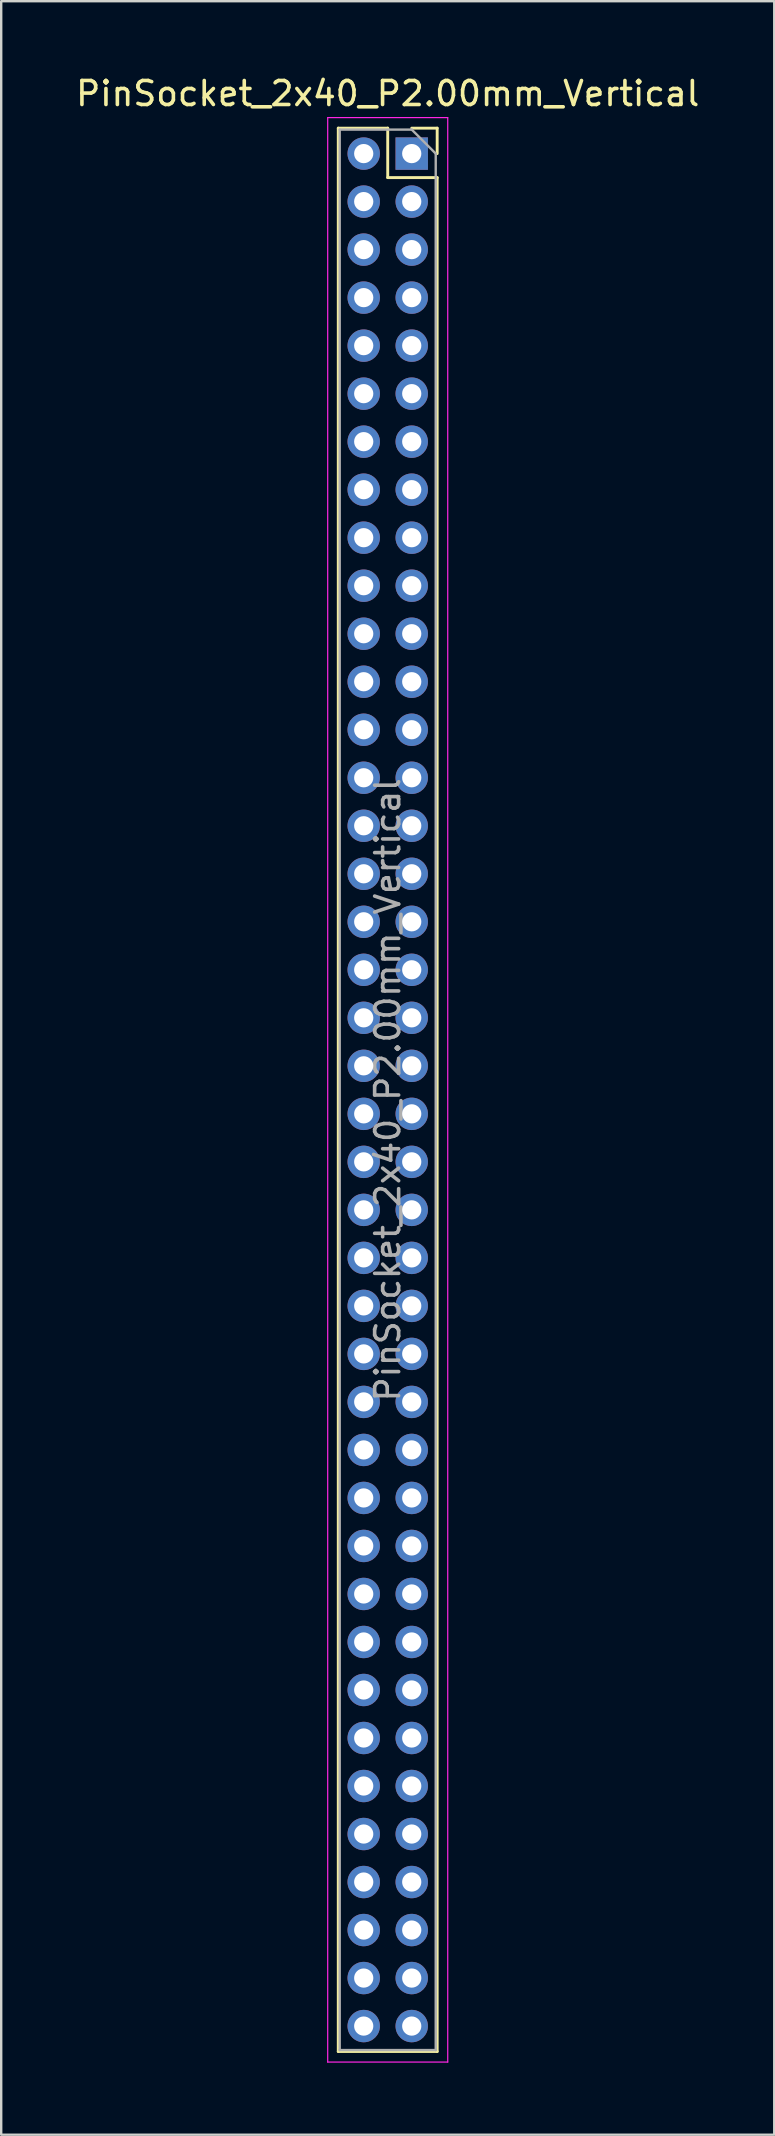
<source format=kicad_pcb>
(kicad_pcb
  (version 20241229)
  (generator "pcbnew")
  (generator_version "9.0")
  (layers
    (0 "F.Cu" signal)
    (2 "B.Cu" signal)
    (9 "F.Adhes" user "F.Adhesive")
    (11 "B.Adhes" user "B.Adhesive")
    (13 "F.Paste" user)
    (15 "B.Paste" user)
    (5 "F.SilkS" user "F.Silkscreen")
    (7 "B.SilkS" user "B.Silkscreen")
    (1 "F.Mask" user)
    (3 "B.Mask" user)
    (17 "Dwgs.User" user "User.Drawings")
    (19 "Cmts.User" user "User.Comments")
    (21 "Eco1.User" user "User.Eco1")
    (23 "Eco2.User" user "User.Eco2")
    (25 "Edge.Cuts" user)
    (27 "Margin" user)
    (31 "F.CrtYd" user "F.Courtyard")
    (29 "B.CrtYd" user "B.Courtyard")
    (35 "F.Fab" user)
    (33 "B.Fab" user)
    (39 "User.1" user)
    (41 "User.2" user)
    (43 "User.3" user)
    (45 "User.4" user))
  (footprint "PinSocket_2x40_P2.00mm_Vertical"
    (layer "F.Cu")
    (at 14.101 3.348)
    (property "Reference" "PinSocket_2x40_P2.00mm_Vertical" (at -1 -2.5 0) (layer "F.SilkS") (effects (font (size 1 1) (thickness 0.15))))
    (attr through_hole)
    (fp_line (start -3.06 -1.06) (end -3.06 79.06) (stroke (width 0.12) (type solid)) (layer "F.SilkS"))
    (fp_line (start -3.06 -1.06) (end -1 -1.06) (stroke (width 0.12) (type solid)) (layer "F.SilkS"))
    (fp_line (start -3.06 79.06) (end 1.06 79.06) (stroke (width 0.12) (type solid)) (layer "F.SilkS"))
    (fp_line (start -1 -1.06) (end -1 1) (stroke (width 0.12) (type solid)) (layer "F.SilkS"))
    (fp_line (start -1 1) (end 1.06 1) (stroke (width 0.12) (type solid)) (layer "F.SilkS"))
    (fp_line (start 0 -1.06) (end 1.06 -1.06) (stroke (width 0.12) (type solid)) (layer "F.SilkS"))
    (fp_line (start 1.06 -1.06) (end 1.06 0) (stroke (width 0.12) (type solid)) (layer "F.SilkS"))
    (fp_line (start 1.06 1) (end 1.06 79.06) (stroke (width 0.12) (type solid)) (layer "F.SilkS"))
    (fp_line (start -3.5 -1.5) (end 1.5 -1.5) (stroke (width 0.05) (type solid)) (layer "F.CrtYd"))
    (fp_line (start -3.5 79.5) (end -3.5 -1.5) (stroke (width 0.05) (type solid)) (layer "F.CrtYd"))
    (fp_line (start 1.5 -1.5) (end 1.5 79.5) (stroke (width 0.05) (type solid)) (layer "F.CrtYd"))
    (fp_line (start 1.5 79.5) (end -3.5 79.5) (stroke (width 0.05) (type solid)) (layer "F.CrtYd"))
    (fp_line (start -3 -1) (end 0 -1) (stroke (width 0.1) (type solid)) (layer "F.Fab"))
    (fp_line (start -3 79) (end -3 -1) (stroke (width 0.1) (type solid)) (layer "F.Fab"))
    (fp_line (start 0 -1) (end 1 0) (stroke (width 0.1) (type solid)) (layer "F.Fab"))
    (fp_line (start 1 0) (end 1 79) (stroke (width 0.1) (type solid)) (layer "F.Fab"))
    (fp_line (start 1 79) (end -3 79) (stroke (width 0.1) (type solid)) (layer "F.Fab"))
    (fp_text user "${REFERENCE}" (at -1 39 90) (layer "F.Fab") (effects (font (size 1 1) (thickness 0.15))))
    (pad "1" thru_hole rect (at 0 0) (size 1.35 1.35) (drill 0.8) (layers "*.Cu" "*.Mask"))
    (pad "2" thru_hole oval (at -2 0) (size 1.35 1.35) (drill 0.8) (layers "*.Cu" "*.Mask"))
    (pad "3" thru_hole oval (at 0 2) (size 1.35 1.35) (drill 0.8) (layers "*.Cu" "*.Mask"))
    (pad "4" thru_hole oval (at -2 2) (size 1.35 1.35) (drill 0.8) (layers "*.Cu" "*.Mask"))
    (pad "5" thru_hole oval (at 0 4) (size 1.35 1.35) (drill 0.8) (layers "*.Cu" "*.Mask"))
    (pad "6" thru_hole oval (at -2 4) (size 1.35 1.35) (drill 0.8) (layers "*.Cu" "*.Mask"))
    (pad "7" thru_hole oval (at 0 6) (size 1.35 1.35) (drill 0.8) (layers "*.Cu" "*.Mask"))
    (pad "8" thru_hole oval (at -2 6) (size 1.35 1.35) (drill 0.8) (layers "*.Cu" "*.Mask"))
    (pad "9" thru_hole oval (at 0 8) (size 1.35 1.35) (drill 0.8) (layers "*.Cu" "*.Mask"))
    (pad "10" thru_hole oval (at -2 8) (size 1.35 1.35) (drill 0.8) (layers "*.Cu" "*.Mask"))
    (pad "11" thru_hole oval (at 0 10) (size 1.35 1.35) (drill 0.8) (layers "*.Cu" "*.Mask"))
    (pad "12" thru_hole oval (at -2 10) (size 1.35 1.35) (drill 0.8) (layers "*.Cu" "*.Mask"))
    (pad "13" thru_hole oval (at 0 12) (size 1.35 1.35) (drill 0.8) (layers "*.Cu" "*.Mask"))
    (pad "14" thru_hole oval (at -2 12) (size 1.35 1.35) (drill 0.8) (layers "*.Cu" "*.Mask"))
    (pad "15" thru_hole oval (at 0 14) (size 1.35 1.35) (drill 0.8) (layers "*.Cu" "*.Mask"))
    (pad "16" thru_hole oval (at -2 14) (size 1.35 1.35) (drill 0.8) (layers "*.Cu" "*.Mask"))
    (pad "17" thru_hole oval (at 0 16) (size 1.35 1.35) (drill 0.8) (layers "*.Cu" "*.Mask"))
    (pad "18" thru_hole oval (at -2 16) (size 1.35 1.35) (drill 0.8) (layers "*.Cu" "*.Mask"))
    (pad "19" thru_hole oval (at 0 18) (size 1.35 1.35) (drill 0.8) (layers "*.Cu" "*.Mask"))
    (pad "20" thru_hole oval (at -2 18) (size 1.35 1.35) (drill 0.8) (layers "*.Cu" "*.Mask"))
    (pad "21" thru_hole oval (at 0 20) (size 1.35 1.35) (drill 0.8) (layers "*.Cu" "*.Mask"))
    (pad "22" thru_hole oval (at -2 20) (size 1.35 1.35) (drill 0.8) (layers "*.Cu" "*.Mask"))
    (pad "23" thru_hole oval (at 0 22) (size 1.35 1.35) (drill 0.8) (layers "*.Cu" "*.Mask"))
    (pad "24" thru_hole oval (at -2 22) (size 1.35 1.35) (drill 0.8) (layers "*.Cu" "*.Mask"))
    (pad "25" thru_hole oval (at 0 24) (size 1.35 1.35) (drill 0.8) (layers "*.Cu" "*.Mask"))
    (pad "26" thru_hole oval (at -2 24) (size 1.35 1.35) (drill 0.8) (layers "*.Cu" "*.Mask"))
    (pad "27" thru_hole oval (at 0 26) (size 1.35 1.35) (drill 0.8) (layers "*.Cu" "*.Mask"))
    (pad "28" thru_hole oval (at -2 26) (size 1.35 1.35) (drill 0.8) (layers "*.Cu" "*.Mask"))
    (pad "29" thru_hole oval (at 0 28) (size 1.35 1.35) (drill 0.8) (layers "*.Cu" "*.Mask"))
    (pad "30" thru_hole oval (at -2 28) (size 1.35 1.35) (drill 0.8) (layers "*.Cu" "*.Mask"))
    (pad "31" thru_hole oval (at 0 30) (size 1.35 1.35) (drill 0.8) (layers "*.Cu" "*.Mask"))
    (pad "32" thru_hole oval (at -2 30) (size 1.35 1.35) (drill 0.8) (layers "*.Cu" "*.Mask"))
    (pad "33" thru_hole oval (at 0 32) (size 1.35 1.35) (drill 0.8) (layers "*.Cu" "*.Mask"))
    (pad "34" thru_hole oval (at -2 32) (size 1.35 1.35) (drill 0.8) (layers "*.Cu" "*.Mask"))
    (pad "35" thru_hole oval (at 0 34) (size 1.35 1.35) (drill 0.8) (layers "*.Cu" "*.Mask"))
    (pad "36" thru_hole oval (at -2 34) (size 1.35 1.35) (drill 0.8) (layers "*.Cu" "*.Mask"))
    (pad "37" thru_hole oval (at 0 36) (size 1.35 1.35) (drill 0.8) (layers "*.Cu" "*.Mask"))
    (pad "38" thru_hole oval (at -2 36) (size 1.35 1.35) (drill 0.8) (layers "*.Cu" "*.Mask"))
    (pad "39" thru_hole oval (at 0 38) (size 1.35 1.35) (drill 0.8) (layers "*.Cu" "*.Mask"))
    (pad "40" thru_hole oval (at -2 38) (size 1.35 1.35) (drill 0.8) (layers "*.Cu" "*.Mask"))
    (pad "41" thru_hole oval (at 0 40) (size 1.35 1.35) (drill 0.8) (layers "*.Cu" "*.Mask"))
    (pad "42" thru_hole oval (at -2 40) (size 1.35 1.35) (drill 0.8) (layers "*.Cu" "*.Mask"))
    (pad "43" thru_hole oval (at 0 42) (size 1.35 1.35) (drill 0.8) (layers "*.Cu" "*.Mask"))
    (pad "44" thru_hole oval (at -2 42) (size 1.35 1.35) (drill 0.8) (layers "*.Cu" "*.Mask"))
    (pad "45" thru_hole oval (at 0 44) (size 1.35 1.35) (drill 0.8) (layers "*.Cu" "*.Mask"))
    (pad "46" thru_hole oval (at -2 44) (size 1.35 1.35) (drill 0.8) (layers "*.Cu" "*.Mask"))
    (pad "47" thru_hole oval (at 0 46) (size 1.35 1.35) (drill 0.8) (layers "*.Cu" "*.Mask"))
    (pad "48" thru_hole oval (at -2 46) (size 1.35 1.35) (drill 0.8) (layers "*.Cu" "*.Mask"))
    (pad "49" thru_hole oval (at 0 48) (size 1.35 1.35) (drill 0.8) (layers "*.Cu" "*.Mask"))
    (pad "50" thru_hole oval (at -2 48) (size 1.35 1.35) (drill 0.8) (layers "*.Cu" "*.Mask"))
    (pad "51" thru_hole oval (at 0 50) (size 1.35 1.35) (drill 0.8) (layers "*.Cu" "*.Mask"))
    (pad "52" thru_hole oval (at -2 50) (size 1.35 1.35) (drill 0.8) (layers "*.Cu" "*.Mask"))
    (pad "53" thru_hole oval (at 0 52) (size 1.35 1.35) (drill 0.8) (layers "*.Cu" "*.Mask"))
    (pad "54" thru_hole oval (at -2 52) (size 1.35 1.35) (drill 0.8) (layers "*.Cu" "*.Mask"))
    (pad "55" thru_hole oval (at 0 54) (size 1.35 1.35) (drill 0.8) (layers "*.Cu" "*.Mask"))
    (pad "56" thru_hole oval (at -2 54) (size 1.35 1.35) (drill 0.8) (layers "*.Cu" "*.Mask"))
    (pad "57" thru_hole oval (at 0 56) (size 1.35 1.35) (drill 0.8) (layers "*.Cu" "*.Mask"))
    (pad "58" thru_hole oval (at -2 56) (size 1.35 1.35) (drill 0.8) (layers "*.Cu" "*.Mask"))
    (pad "59" thru_hole oval (at 0 58) (size 1.35 1.35) (drill 0.8) (layers "*.Cu" "*.Mask"))
    (pad "60" thru_hole oval (at -2 58) (size 1.35 1.35) (drill 0.8) (layers "*.Cu" "*.Mask"))
    (pad "61" thru_hole oval (at 0 60) (size 1.35 1.35) (drill 0.8) (layers "*.Cu" "*.Mask"))
    (pad "62" thru_hole oval (at -2 60) (size 1.35 1.35) (drill 0.8) (layers "*.Cu" "*.Mask"))
    (pad "63" thru_hole oval (at 0 62) (size 1.35 1.35) (drill 0.8) (layers "*.Cu" "*.Mask"))
    (pad "64" thru_hole oval (at -2 62) (size 1.35 1.35) (drill 0.8) (layers "*.Cu" "*.Mask"))
    (pad "65" thru_hole oval (at 0 64) (size 1.35 1.35) (drill 0.8) (layers "*.Cu" "*.Mask"))
    (pad "66" thru_hole oval (at -2 64) (size 1.35 1.35) (drill 0.8) (layers "*.Cu" "*.Mask"))
    (pad "67" thru_hole oval (at 0 66) (size 1.35 1.35) (drill 0.8) (layers "*.Cu" "*.Mask"))
    (pad "68" thru_hole oval (at -2 66) (size 1.35 1.35) (drill 0.8) (layers "*.Cu" "*.Mask"))
    (pad "69" thru_hole oval (at 0 68) (size 1.35 1.35) (drill 0.8) (layers "*.Cu" "*.Mask"))
    (pad "70" thru_hole oval (at -2 68) (size 1.35 1.35) (drill 0.8) (layers "*.Cu" "*.Mask"))
    (pad "71" thru_hole oval (at 0 70) (size 1.35 1.35) (drill 0.8) (layers "*.Cu" "*.Mask"))
    (pad "72" thru_hole oval (at -2 70) (size 1.35 1.35) (drill 0.8) (layers "*.Cu" "*.Mask"))
    (pad "73" thru_hole oval (at 0 72) (size 1.35 1.35) (drill 0.8) (layers "*.Cu" "*.Mask"))
    (pad "74" thru_hole oval (at -2 72) (size 1.35 1.35) (drill 0.8) (layers "*.Cu" "*.Mask"))
    (pad "75" thru_hole oval (at 0 74) (size 1.35 1.35) (drill 0.8) (layers "*.Cu" "*.Mask"))
    (pad "76" thru_hole oval (at -2 74) (size 1.35 1.35) (drill 0.8) (layers "*.Cu" "*.Mask"))
    (pad "77" thru_hole oval (at 0 76) (size 1.35 1.35) (drill 0.8) (layers "*.Cu" "*.Mask"))
    (pad "78" thru_hole oval (at -2 76) (size 1.35 1.35) (drill 0.8) (layers "*.Cu" "*.Mask"))
    (pad "79" thru_hole oval (at 0 78) (size 1.35 1.35) (drill 0.8) (layers "*.Cu" "*.Mask"))
    (pad "80" thru_hole oval (at -2 78) (size 1.35 1.35) (drill 0.8) (layers "*.Cu" "*.Mask")))
  (gr_rect
    (start -3 -3)
    (end 29.202 85.873)
    (stroke (width 0.1) (type default))
    (fill no)
    (layer "Edge.Cuts")))
</source>
